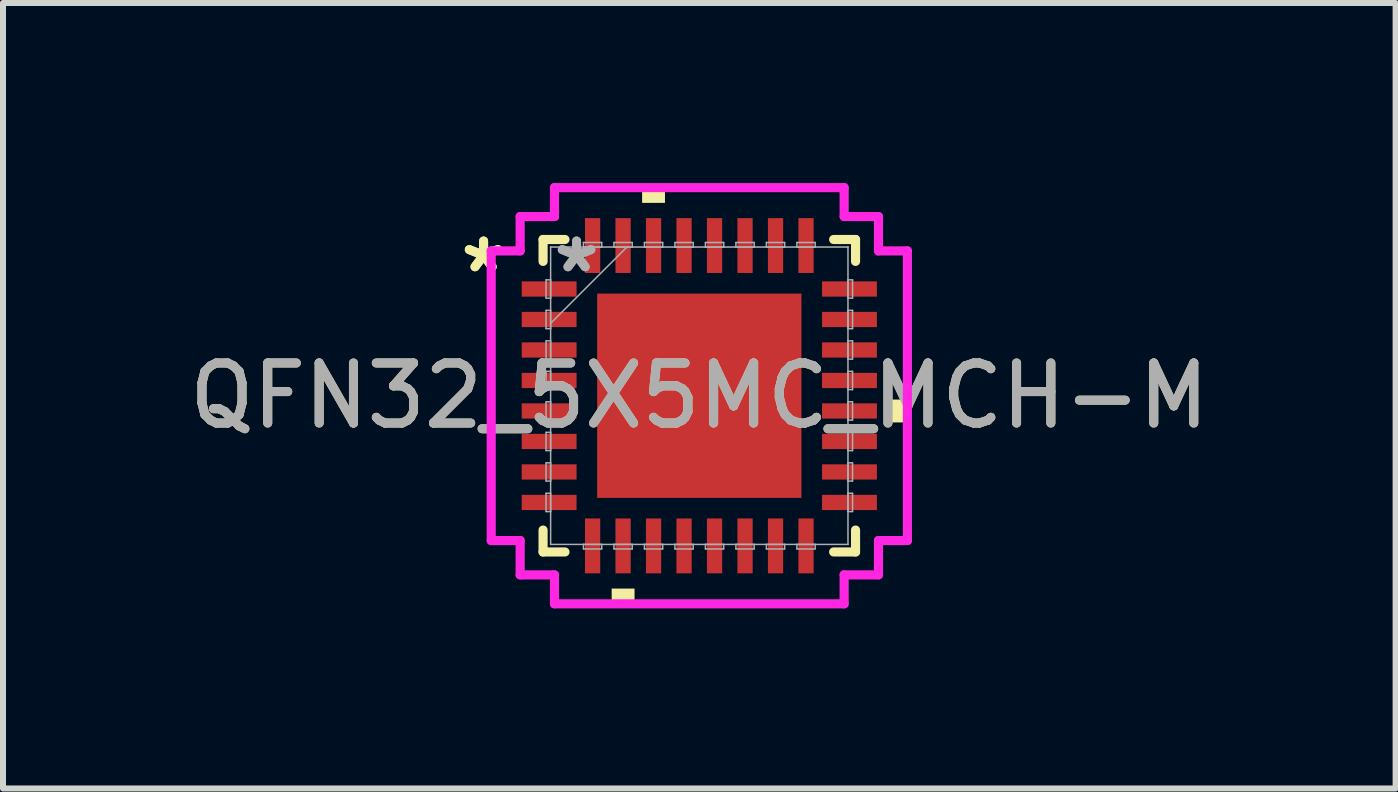
<source format=kicad_pcb>
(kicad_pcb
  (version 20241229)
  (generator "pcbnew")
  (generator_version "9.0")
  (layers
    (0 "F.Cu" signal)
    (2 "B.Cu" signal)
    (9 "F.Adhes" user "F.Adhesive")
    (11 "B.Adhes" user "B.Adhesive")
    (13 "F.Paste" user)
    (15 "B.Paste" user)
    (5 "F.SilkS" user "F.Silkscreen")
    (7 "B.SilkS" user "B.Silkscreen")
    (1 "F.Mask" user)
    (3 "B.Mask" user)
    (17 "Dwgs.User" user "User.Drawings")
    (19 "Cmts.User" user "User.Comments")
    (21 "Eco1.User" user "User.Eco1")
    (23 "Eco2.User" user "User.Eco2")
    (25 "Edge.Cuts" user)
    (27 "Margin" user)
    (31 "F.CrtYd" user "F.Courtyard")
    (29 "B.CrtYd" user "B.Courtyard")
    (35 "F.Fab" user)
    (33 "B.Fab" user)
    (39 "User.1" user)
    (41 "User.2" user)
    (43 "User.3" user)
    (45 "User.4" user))
  (footprint "QFN32_5X5MC_MCH-M"
    (layer "F.Cu")
    (at 8.601 3.543)
    (property "Reference" "QFN32_5X5MC_MCH-M" (at 0 0 0) (unlocked yes) (layer "F.SilkS") (effects (font (size 1 1) (thickness 0.15))))
    (attr smd)
    (fp_line (start -2.603 -2.603) (end -2.603 -2.238) (stroke (width 0.152) (type solid)) (layer "F.SilkS"))
    (fp_line (start -2.603 2.238) (end -2.603 2.603) (stroke (width 0.152) (type solid)) (layer "F.SilkS"))
    (fp_line (start -2.603 2.603) (end -2.238 2.603) (stroke (width 0.152) (type solid)) (layer "F.SilkS"))
    (fp_line (start -2.238 -2.603) (end -2.603 -2.603) (stroke (width 0.152) (type solid)) (layer "F.SilkS"))
    (fp_line (start 2.238 2.603) (end 2.603 2.603) (stroke (width 0.152) (type solid)) (layer "F.SilkS"))
    (fp_line (start 2.603 -2.603) (end 2.238 -2.603) (stroke (width 0.152) (type solid)) (layer "F.SilkS"))
    (fp_line (start 2.603 -2.238) (end 2.603 -2.603) (stroke (width 0.152) (type solid)) (layer "F.SilkS"))
    (fp_line (start 2.603 2.603) (end 2.603 2.238) (stroke (width 0.152) (type solid)) (layer "F.SilkS"))
    (fp_poly (pts (xy -1.46 3.213) (xy -1.46 3.467) (xy -1.079 3.467) (xy -1.079 3.213)) (stroke (width 0) (type solid)) (fill yes) (layer "F.SilkS"))
    (fp_poly (pts (xy -0.953 -3.213) (xy -0.953 -3.467) (xy -0.572 -3.467) (xy -0.572 -3.213)) (stroke (width 0) (type solid)) (fill yes) (layer "F.SilkS"))
    (fp_poly (pts (xy 3.467 0.064) (xy 3.467 0.445) (xy 3.213 0.445) (xy 3.213 0.064)) (stroke (width 0) (type solid)) (fill yes) (layer "F.SilkS"))
    (fp_poly (pts (xy -1.602 -1.602) (xy -1.602 -0.1) (xy -0.1 -0.1) (xy -0.1 -1.602)) (stroke (width 0) (type solid)) (fill yes) (layer "F.Paste"))
    (fp_poly (pts (xy -1.602 0.1) (xy -1.602 1.602) (xy -0.1 1.602) (xy -0.1 0.1)) (stroke (width 0) (type solid)) (fill yes) (layer "F.Paste"))
    (fp_poly (pts (xy 0.1 -1.602) (xy 0.1 -0.1) (xy 1.602 -0.1) (xy 1.602 -1.602)) (stroke (width 0) (type solid)) (fill yes) (layer "F.Paste"))
    (fp_poly (pts (xy 0.1 0.1) (xy 0.1 1.602) (xy 1.602 1.602) (xy 1.602 0.1)) (stroke (width 0) (type solid)) (fill yes) (layer "F.Paste"))
    (fp_line (start -3.467 -2.413) (end -2.985 -2.413) (stroke (width 0.152) (type solid)) (layer "F.CrtYd"))
    (fp_line (start -3.467 2.413) (end -3.467 -2.413) (stroke (width 0.152) (type solid)) (layer "F.CrtYd"))
    (fp_line (start -2.985 -2.985) (end -2.413 -2.985) (stroke (width 0.152) (type solid)) (layer "F.CrtYd"))
    (fp_line (start -2.985 -2.413) (end -2.985 -2.985) (stroke (width 0.152) (type solid)) (layer "F.CrtYd"))
    (fp_line (start -2.985 2.413) (end -3.467 2.413) (stroke (width 0.152) (type solid)) (layer "F.CrtYd"))
    (fp_line (start -2.985 2.985) (end -2.985 2.413) (stroke (width 0.152) (type solid)) (layer "F.CrtYd"))
    (fp_line (start -2.413 -3.467) (end 2.413 -3.467) (stroke (width 0.152) (type solid)) (layer "F.CrtYd"))
    (fp_line (start -2.413 -2.985) (end -2.413 -3.467) (stroke (width 0.152) (type solid)) (layer "F.CrtYd"))
    (fp_line (start -2.413 2.985) (end -2.985 2.985) (stroke (width 0.152) (type solid)) (layer "F.CrtYd"))
    (fp_line (start -2.413 3.467) (end -2.413 2.985) (stroke (width 0.152) (type solid)) (layer "F.CrtYd"))
    (fp_line (start 2.413 -3.467) (end 2.413 -2.985) (stroke (width 0.152) (type solid)) (layer "F.CrtYd"))
    (fp_line (start 2.413 -2.985) (end 2.985 -2.985) (stroke (width 0.152) (type solid)) (layer "F.CrtYd"))
    (fp_line (start 2.413 2.985) (end 2.413 3.467) (stroke (width 0.152) (type solid)) (layer "F.CrtYd"))
    (fp_line (start 2.413 3.467) (end -2.413 3.467) (stroke (width 0.152) (type solid)) (layer "F.CrtYd"))
    (fp_line (start 2.985 -2.985) (end 2.985 -2.413) (stroke (width 0.152) (type solid)) (layer "F.CrtYd"))
    (fp_line (start 2.985 -2.413) (end 3.467 -2.413) (stroke (width 0.152) (type solid)) (layer "F.CrtYd"))
    (fp_line (start 2.985 2.413) (end 2.985 2.985) (stroke (width 0.152) (type solid)) (layer "F.CrtYd"))
    (fp_line (start 2.985 2.985) (end 2.413 2.985) (stroke (width 0.152) (type solid)) (layer "F.CrtYd"))
    (fp_line (start 3.467 -2.413) (end 3.467 2.413) (stroke (width 0.152) (type solid)) (layer "F.CrtYd"))
    (fp_line (start 3.467 2.413) (end 2.985 2.413) (stroke (width 0.152) (type solid)) (layer "F.CrtYd"))
    (fp_line (start -2.553 -1.93) (end -2.553 -1.626) (stroke (width 0.025) (type solid)) (layer "F.Fab"))
    (fp_line (start -2.553 -1.626) (end -2.477 -1.626) (stroke (width 0.025) (type solid)) (layer "F.Fab"))
    (fp_line (start -2.553 -1.422) (end -2.553 -1.118) (stroke (width 0.025) (type solid)) (layer "F.Fab"))
    (fp_line (start -2.553 -1.118) (end -2.477 -1.118) (stroke (width 0.025) (type solid)) (layer "F.Fab"))
    (fp_line (start -2.553 -0.914) (end -2.553 -0.61) (stroke (width 0.025) (type solid)) (layer "F.Fab"))
    (fp_line (start -2.553 -0.61) (end -2.477 -0.61) (stroke (width 0.025) (type solid)) (layer "F.Fab"))
    (fp_line (start -2.553 -0.406) (end -2.553 -0.102) (stroke (width 0.025) (type solid)) (layer "F.Fab"))
    (fp_line (start -2.553 -0.102) (end -2.477 -0.102) (stroke (width 0.025) (type solid)) (layer "F.Fab"))
    (fp_line (start -2.553 0.102) (end -2.553 0.406) (stroke (width 0.025) (type solid)) (layer "F.Fab"))
    (fp_line (start -2.553 0.406) (end -2.477 0.406) (stroke (width 0.025) (type solid)) (layer "F.Fab"))
    (fp_line (start -2.553 0.61) (end -2.553 0.914) (stroke (width 0.025) (type solid)) (layer "F.Fab"))
    (fp_line (start -2.553 0.914) (end -2.477 0.914) (stroke (width 0.025) (type solid)) (layer "F.Fab"))
    (fp_line (start -2.553 1.118) (end -2.553 1.422) (stroke (width 0.025) (type solid)) (layer "F.Fab"))
    (fp_line (start -2.553 1.422) (end -2.477 1.422) (stroke (width 0.025) (type solid)) (layer "F.Fab"))
    (fp_line (start -2.553 1.626) (end -2.553 1.93) (stroke (width 0.025) (type solid)) (layer "F.Fab"))
    (fp_line (start -2.553 1.93) (end -2.477 1.93) (stroke (width 0.025) (type solid)) (layer "F.Fab"))
    (fp_line (start -2.477 -2.477) (end -2.477 -2.477) (stroke (width 0.025) (type solid)) (layer "F.Fab"))
    (fp_line (start -2.477 -2.477) (end -2.477 2.477) (stroke (width 0.025) (type solid)) (layer "F.Fab"))
    (fp_line (start -2.477 -1.93) (end -2.553 -1.93) (stroke (width 0.025) (type solid)) (layer "F.Fab"))
    (fp_line (start -2.477 -1.626) (end -2.477 -1.93) (stroke (width 0.025) (type solid)) (layer "F.Fab"))
    (fp_line (start -2.477 -1.422) (end -2.553 -1.422) (stroke (width 0.025) (type solid)) (layer "F.Fab"))
    (fp_line (start -2.477 -1.206) (end -1.206 -2.477) (stroke (width 0.025) (type solid)) (layer "F.Fab"))
    (fp_line (start -2.477 -1.118) (end -2.477 -1.422) (stroke (width 0.025) (type solid)) (layer "F.Fab"))
    (fp_line (start -2.477 -0.914) (end -2.553 -0.914) (stroke (width 0.025) (type solid)) (layer "F.Fab"))
    (fp_line (start -2.477 -0.61) (end -2.477 -0.914) (stroke (width 0.025) (type solid)) (layer "F.Fab"))
    (fp_line (start -2.477 -0.406) (end -2.553 -0.406) (stroke (width 0.025) (type solid)) (layer "F.Fab"))
    (fp_line (start -2.477 -0.102) (end -2.477 -0.406) (stroke (width 0.025) (type solid)) (layer "F.Fab"))
    (fp_line (start -2.477 0.102) (end -2.553 0.102) (stroke (width 0.025) (type solid)) (layer "F.Fab"))
    (fp_line (start -2.477 0.406) (end -2.477 0.102) (stroke (width 0.025) (type solid)) (layer "F.Fab"))
    (fp_line (start -2.477 0.61) (end -2.553 0.61) (stroke (width 0.025) (type solid)) (layer "F.Fab"))
    (fp_line (start -2.477 0.914) (end -2.477 0.61) (stroke (width 0.025) (type solid)) (layer "F.Fab"))
    (fp_line (start -2.477 1.118) (end -2.553 1.118) (stroke (width 0.025) (type solid)) (layer "F.Fab"))
    (fp_line (start -2.477 1.422) (end -2.477 1.118) (stroke (width 0.025) (type solid)) (layer "F.Fab"))
    (fp_line (start -2.477 1.626) (end -2.553 1.626) (stroke (width 0.025) (type solid)) (layer "F.Fab"))
    (fp_line (start -2.477 1.93) (end -2.477 1.626) (stroke (width 0.025) (type solid)) (layer "F.Fab"))
    (fp_line (start -2.477 2.477) (end -2.477 2.477) (stroke (width 0.025) (type solid)) (layer "F.Fab"))
    (fp_line (start -2.477 2.477) (end 2.477 2.477) (stroke (width 0.025) (type solid)) (layer "F.Fab"))
    (fp_line (start -1.93 -2.553) (end -1.93 -2.477) (stroke (width 0.025) (type solid)) (layer "F.Fab"))
    (fp_line (start -1.93 -2.477) (end -1.626 -2.477) (stroke (width 0.025) (type solid)) (layer "F.Fab"))
    (fp_line (start -1.93 2.477) (end -1.93 2.553) (stroke (width 0.025) (type solid)) (layer "F.Fab"))
    (fp_line (start -1.93 2.553) (end -1.626 2.553) (stroke (width 0.025) (type solid)) (layer "F.Fab"))
    (fp_line (start -1.626 -2.553) (end -1.93 -2.553) (stroke (width 0.025) (type solid)) (layer "F.Fab"))
    (fp_line (start -1.626 -2.477) (end -1.626 -2.553) (stroke (width 0.025) (type solid)) (layer "F.Fab"))
    (fp_line (start -1.626 2.477) (end -1.93 2.477) (stroke (width 0.025) (type solid)) (layer "F.Fab"))
    (fp_line (start -1.626 2.553) (end -1.626 2.477) (stroke (width 0.025) (type solid)) (layer "F.Fab"))
    (fp_line (start -1.422 -2.553) (end -1.422 -2.477) (stroke (width 0.025) (type solid)) (layer "F.Fab"))
    (fp_line (start -1.422 -2.477) (end -1.118 -2.477) (stroke (width 0.025) (type solid)) (layer "F.Fab"))
    (fp_line (start -1.422 2.477) (end -1.422 2.553) (stroke (width 0.025) (type solid)) (layer "F.Fab"))
    (fp_line (start -1.422 2.553) (end -1.118 2.553) (stroke (width 0.025) (type solid)) (layer "F.Fab"))
    (fp_line (start -1.118 -2.553) (end -1.422 -2.553) (stroke (width 0.025) (type solid)) (layer "F.Fab"))
    (fp_line (start -1.118 -2.477) (end -1.118 -2.553) (stroke (width 0.025) (type solid)) (layer "F.Fab"))
    (fp_line (start -1.118 2.477) (end -1.422 2.477) (stroke (width 0.025) (type solid)) (layer "F.Fab"))
    (fp_line (start -1.118 2.553) (end -1.118 2.477) (stroke (width 0.025) (type solid)) (layer "F.Fab"))
    (fp_line (start -0.914 -2.553) (end -0.914 -2.477) (stroke (width 0.025) (type solid)) (layer "F.Fab"))
    (fp_line (start -0.914 -2.477) (end -0.61 -2.477) (stroke (width 0.025) (type solid)) (layer "F.Fab"))
    (fp_line (start -0.914 2.477) (end -0.914 2.553) (stroke (width 0.025) (type solid)) (layer "F.Fab"))
    (fp_line (start -0.914 2.553) (end -0.61 2.553) (stroke (width 0.025) (type solid)) (layer "F.Fab"))
    (fp_line (start -0.61 -2.553) (end -0.914 -2.553) (stroke (width 0.025) (type solid)) (layer "F.Fab"))
    (fp_line (start -0.61 -2.477) (end -0.61 -2.553) (stroke (width 0.025) (type solid)) (layer "F.Fab"))
    (fp_line (start -0.61 2.477) (end -0.914 2.477) (stroke (width 0.025) (type solid)) (layer "F.Fab"))
    (fp_line (start -0.61 2.553) (end -0.61 2.477) (stroke (width 0.025) (type solid)) (layer "F.Fab"))
    (fp_line (start -0.406 -2.553) (end -0.406 -2.477) (stroke (width 0.025) (type solid)) (layer "F.Fab"))
    (fp_line (start -0.406 -2.477) (end -0.102 -2.477) (stroke (width 0.025) (type solid)) (layer "F.Fab"))
    (fp_line (start -0.406 2.477) (end -0.406 2.553) (stroke (width 0.025) (type solid)) (layer "F.Fab"))
    (fp_line (start -0.406 2.553) (end -0.102 2.553) (stroke (width 0.025) (type solid)) (layer "F.Fab"))
    (fp_line (start -0.102 -2.553) (end -0.406 -2.553) (stroke (width 0.025) (type solid)) (layer "F.Fab"))
    (fp_line (start -0.102 -2.477) (end -0.102 -2.553) (stroke (width 0.025) (type solid)) (layer "F.Fab"))
    (fp_line (start -0.102 2.477) (end -0.406 2.477) (stroke (width 0.025) (type solid)) (layer "F.Fab"))
    (fp_line (start -0.102 2.553) (end -0.102 2.477) (stroke (width 0.025) (type solid)) (layer "F.Fab"))
    (fp_line (start 0.102 -2.553) (end 0.102 -2.477) (stroke (width 0.025) (type solid)) (layer "F.Fab"))
    (fp_line (start 0.102 -2.477) (end 0.406 -2.477) (stroke (width 0.025) (type solid)) (layer "F.Fab"))
    (fp_line (start 0.102 2.477) (end 0.102 2.553) (stroke (width 0.025) (type solid)) (layer "F.Fab"))
    (fp_line (start 0.102 2.553) (end 0.406 2.553) (stroke (width 0.025) (type solid)) (layer "F.Fab"))
    (fp_line (start 0.406 -2.553) (end 0.102 -2.553) (stroke (width 0.025) (type solid)) (layer "F.Fab"))
    (fp_line (start 0.406 -2.477) (end 0.406 -2.553) (stroke (width 0.025) (type solid)) (layer "F.Fab"))
    (fp_line (start 0.406 2.477) (end 0.102 2.477) (stroke (width 0.025) (type solid)) (layer "F.Fab"))
    (fp_line (start 0.406 2.553) (end 0.406 2.477) (stroke (width 0.025) (type solid)) (layer "F.Fab"))
    (fp_line (start 0.61 -2.553) (end 0.61 -2.477) (stroke (width 0.025) (type solid)) (layer "F.Fab"))
    (fp_line (start 0.61 -2.477) (end 0.914 -2.477) (stroke (width 0.025) (type solid)) (layer "F.Fab"))
    (fp_line (start 0.61 2.477) (end 0.61 2.553) (stroke (width 0.025) (type solid)) (layer "F.Fab"))
    (fp_line (start 0.61 2.553) (end 0.914 2.553) (stroke (width 0.025) (type solid)) (layer "F.Fab"))
    (fp_line (start 0.914 -2.553) (end 0.61 -2.553) (stroke (width 0.025) (type solid)) (layer "F.Fab"))
    (fp_line (start 0.914 -2.477) (end 0.914 -2.553) (stroke (width 0.025) (type solid)) (layer "F.Fab"))
    (fp_line (start 0.914 2.477) (end 0.61 2.477) (stroke (width 0.025) (type solid)) (layer "F.Fab"))
    (fp_line (start 0.914 2.553) (end 0.914 2.477) (stroke (width 0.025) (type solid)) (layer "F.Fab"))
    (fp_line (start 1.118 -2.553) (end 1.118 -2.477) (stroke (width 0.025) (type solid)) (layer "F.Fab"))
    (fp_line (start 1.118 -2.477) (end 1.422 -2.477) (stroke (width 0.025) (type solid)) (layer "F.Fab"))
    (fp_line (start 1.118 2.477) (end 1.118 2.553) (stroke (width 0.025) (type solid)) (layer "F.Fab"))
    (fp_line (start 1.118 2.553) (end 1.422 2.553) (stroke (width 0.025) (type solid)) (layer "F.Fab"))
    (fp_line (start 1.422 -2.553) (end 1.118 -2.553) (stroke (width 0.025) (type solid)) (layer "F.Fab"))
    (fp_line (start 1.422 -2.477) (end 1.422 -2.553) (stroke (width 0.025) (type solid)) (layer "F.Fab"))
    (fp_line (start 1.422 2.477) (end 1.118 2.477) (stroke (width 0.025) (type solid)) (layer "F.Fab"))
    (fp_line (start 1.422 2.553) (end 1.422 2.477) (stroke (width 0.025) (type solid)) (layer "F.Fab"))
    (fp_line (start 1.626 -2.553) (end 1.626 -2.477) (stroke (width 0.025) (type solid)) (layer "F.Fab"))
    (fp_line (start 1.626 -2.477) (end 1.93 -2.477) (stroke (width 0.025) (type solid)) (layer "F.Fab"))
    (fp_line (start 1.626 2.477) (end 1.626 2.553) (stroke (width 0.025) (type solid)) (layer "F.Fab"))
    (fp_line (start 1.626 2.553) (end 1.93 2.553) (stroke (width 0.025) (type solid)) (layer "F.Fab"))
    (fp_line (start 1.93 -2.553) (end 1.626 -2.553) (stroke (width 0.025) (type solid)) (layer "F.Fab"))
    (fp_line (start 1.93 -2.477) (end 1.93 -2.553) (stroke (width 0.025) (type solid)) (layer "F.Fab"))
    (fp_line (start 1.93 2.477) (end 1.626 2.477) (stroke (width 0.025) (type solid)) (layer "F.Fab"))
    (fp_line (start 1.93 2.553) (end 1.93 2.477) (stroke (width 0.025) (type solid)) (layer "F.Fab"))
    (fp_line (start 2.477 -2.477) (end -2.477 -2.477) (stroke (width 0.025) (type solid)) (layer "F.Fab"))
    (fp_line (start 2.477 -2.477) (end 2.477 -2.477) (stroke (width 0.025) (type solid)) (layer "F.Fab"))
    (fp_line (start 2.477 -1.93) (end 2.477 -1.626) (stroke (width 0.025) (type solid)) (layer "F.Fab"))
    (fp_line (start 2.477 -1.626) (end 2.553 -1.626) (stroke (width 0.025) (type solid)) (layer "F.Fab"))
    (fp_line (start 2.477 -1.422) (end 2.477 -1.118) (stroke (width 0.025) (type solid)) (layer "F.Fab"))
    (fp_line (start 2.477 -1.118) (end 2.553 -1.118) (stroke (width 0.025) (type solid)) (layer "F.Fab"))
    (fp_line (start 2.477 -0.914) (end 2.477 -0.61) (stroke (width 0.025) (type solid)) (layer "F.Fab"))
    (fp_line (start 2.477 -0.61) (end 2.553 -0.61) (stroke (width 0.025) (type solid)) (layer "F.Fab"))
    (fp_line (start 2.477 -0.406) (end 2.477 -0.102) (stroke (width 0.025) (type solid)) (layer "F.Fab"))
    (fp_line (start 2.477 -0.102) (end 2.553 -0.102) (stroke (width 0.025) (type solid)) (layer "F.Fab"))
    (fp_line (start 2.477 0.102) (end 2.477 0.406) (stroke (width 0.025) (type solid)) (layer "F.Fab"))
    (fp_line (start 2.477 0.406) (end 2.553 0.406) (stroke (width 0.025) (type solid)) (layer "F.Fab"))
    (fp_line (start 2.477 0.61) (end 2.477 0.914) (stroke (width 0.025) (type solid)) (layer "F.Fab"))
    (fp_line (start 2.477 0.914) (end 2.553 0.914) (stroke (width 0.025) (type solid)) (layer "F.Fab"))
    (fp_line (start 2.477 1.118) (end 2.477 1.422) (stroke (width 0.025) (type solid)) (layer "F.Fab"))
    (fp_line (start 2.477 1.422) (end 2.553 1.422) (stroke (width 0.025) (type solid)) (layer "F.Fab"))
    (fp_line (start 2.477 1.626) (end 2.477 1.93) (stroke (width 0.025) (type solid)) (layer "F.Fab"))
    (fp_line (start 2.477 1.93) (end 2.553 1.93) (stroke (width 0.025) (type solid)) (layer "F.Fab"))
    (fp_line (start 2.477 2.477) (end 2.477 -2.477) (stroke (width 0.025) (type solid)) (layer "F.Fab"))
    (fp_line (start 2.477 2.477) (end 2.477 2.477) (stroke (width 0.025) (type solid)) (layer "F.Fab"))
    (fp_line (start 2.553 -1.93) (end 2.477 -1.93) (stroke (width 0.025) (type solid)) (layer "F.Fab"))
    (fp_line (start 2.553 -1.626) (end 2.553 -1.93) (stroke (width 0.025) (type solid)) (layer "F.Fab"))
    (fp_line (start 2.553 -1.422) (end 2.477 -1.422) (stroke (width 0.025) (type solid)) (layer "F.Fab"))
    (fp_line (start 2.553 -1.118) (end 2.553 -1.422) (stroke (width 0.025) (type solid)) (layer "F.Fab"))
    (fp_line (start 2.553 -0.914) (end 2.477 -0.914) (stroke (width 0.025) (type solid)) (layer "F.Fab"))
    (fp_line (start 2.553 -0.61) (end 2.553 -0.914) (stroke (width 0.025) (type solid)) (layer "F.Fab"))
    (fp_line (start 2.553 -0.406) (end 2.477 -0.406) (stroke (width 0.025) (type solid)) (layer "F.Fab"))
    (fp_line (start 2.553 -0.102) (end 2.553 -0.406) (stroke (width 0.025) (type solid)) (layer "F.Fab"))
    (fp_line (start 2.553 0.102) (end 2.477 0.102) (stroke (width 0.025) (type solid)) (layer "F.Fab"))
    (fp_line (start 2.553 0.406) (end 2.553 0.102) (stroke (width 0.025) (type solid)) (layer "F.Fab"))
    (fp_line (start 2.553 0.61) (end 2.477 0.61) (stroke (width 0.025) (type solid)) (layer "F.Fab"))
    (fp_line (start 2.553 0.914) (end 2.553 0.61) (stroke (width 0.025) (type solid)) (layer "F.Fab"))
    (fp_line (start 2.553 1.118) (end 2.477 1.118) (stroke (width 0.025) (type solid)) (layer "F.Fab"))
    (fp_line (start 2.553 1.422) (end 2.553 1.118) (stroke (width 0.025) (type solid)) (layer "F.Fab"))
    (fp_line (start 2.553 1.626) (end 2.477 1.626) (stroke (width 0.025) (type solid)) (layer "F.Fab"))
    (fp_line (start 2.553 1.93) (end 2.553 1.626) (stroke (width 0.025) (type solid)) (layer "F.Fab"))
    (fp_text user "*" (at -3.594 -2.032 0) (unlocked yes) (layer "F.SilkS") (effects (font (size 1 1) (thickness 0.15))))
    (fp_text user "*" (at -3.594 -2.032 0) (layer "F.SilkS") (effects (font (size 1 1) (thickness 0.15))))
    (fp_text user "${REFERENCE}" (at 0 0 0) (unlocked yes) (layer "F.Fab") (effects (font (size 1 1) (thickness 0.15))))
    (fp_text user "*" (at -2.045 -2.032 0) (layer "F.Fab") (effects (font (size 1 1) (thickness 0.15))))
    (fp_text user "*" (at -2.045 -2.032 0) (unlocked yes) (layer "F.Fab") (effects (font (size 1 1) (thickness 0.15))))
    (pad "1" smd rect (at -2.502 -1.778 90) (size 0.254 0.914) (layers "F.Cu" "F.Mask" "F.Paste"))
    (pad "2" smd rect (at -2.502 -1.27 90) (size 0.254 0.914) (layers "F.Cu" "F.Mask" "F.Paste"))
    (pad "3" smd rect (at -2.502 -0.762 90) (size 0.254 0.914) (layers "F.Cu" "F.Mask" "F.Paste"))
    (pad "4" smd rect (at -2.502 -0.254 90) (size 0.254 0.914) (layers "F.Cu" "F.Mask" "F.Paste"))
    (pad "5" smd rect (at -2.502 0.254 90) (size 0.254 0.914) (layers "F.Cu" "F.Mask" "F.Paste"))
    (pad "6" smd rect (at -2.502 0.762 90) (size 0.254 0.914) (layers "F.Cu" "F.Mask" "F.Paste"))
    (pad "7" smd rect (at -2.502 1.27 90) (size 0.254 0.914) (layers "F.Cu" "F.Mask" "F.Paste"))
    (pad "8" smd rect (at -2.502 1.778 90) (size 0.254 0.914) (layers "F.Cu" "F.Mask" "F.Paste"))
    (pad "9" smd rect (at -1.778 2.502) (size 0.254 0.914) (layers "F.Cu" "F.Mask" "F.Paste"))
    (pad "10" smd rect (at -1.27 2.502) (size 0.254 0.914) (layers "F.Cu" "F.Mask" "F.Paste"))
    (pad "11" smd rect (at -0.762 2.502) (size 0.254 0.914) (layers "F.Cu" "F.Mask" "F.Paste"))
    (pad "12" smd rect (at -0.254 2.502) (size 0.254 0.914) (layers "F.Cu" "F.Mask" "F.Paste"))
    (pad "13" smd rect (at 0.254 2.502) (size 0.254 0.914) (layers "F.Cu" "F.Mask" "F.Paste"))
    (pad "14" smd rect (at 0.762 2.502) (size 0.254 0.914) (layers "F.Cu" "F.Mask" "F.Paste"))
    (pad "15" smd rect (at 1.27 2.502) (size 0.254 0.914) (layers "F.Cu" "F.Mask" "F.Paste"))
    (pad "16" smd rect (at 1.778 2.502) (size 0.254 0.914) (layers "F.Cu" "F.Mask" "F.Paste"))
    (pad "17" smd rect (at 2.502 1.778 90) (size 0.254 0.914) (layers "F.Cu" "F.Mask" "F.Paste"))
    (pad "18" smd rect (at 2.502 1.27 90) (size 0.254 0.914) (layers "F.Cu" "F.Mask" "F.Paste"))
    (pad "19" smd rect (at 2.502 0.762 90) (size 0.254 0.914) (layers "F.Cu" "F.Mask" "F.Paste"))
    (pad "20" smd rect (at 2.502 0.254 90) (size 0.254 0.914) (layers "F.Cu" "F.Mask" "F.Paste"))
    (pad "21" smd rect (at 2.502 -0.254 90) (size 0.254 0.914) (layers "F.Cu" "F.Mask" "F.Paste"))
    (pad "22" smd rect (at 2.502 -0.762 90) (size 0.254 0.914) (layers "F.Cu" "F.Mask" "F.Paste"))
    (pad "23" smd rect (at 2.502 -1.27 90) (size 0.254 0.914) (layers "F.Cu" "F.Mask" "F.Paste"))
    (pad "24" smd rect (at 2.502 -1.778 90) (size 0.254 0.914) (layers "F.Cu" "F.Mask" "F.Paste"))
    (pad "25" smd rect (at 1.778 -2.502) (size 0.254 0.914) (layers "F.Cu" "F.Mask" "F.Paste"))
    (pad "26" smd rect (at 1.27 -2.502) (size 0.254 0.914) (layers "F.Cu" "F.Mask" "F.Paste"))
    (pad "27" smd rect (at 0.762 -2.502) (size 0.254 0.914) (layers "F.Cu" "F.Mask" "F.Paste"))
    (pad "28" smd rect (at 0.254 -2.502) (size 0.254 0.914) (layers "F.Cu" "F.Mask" "F.Paste"))
    (pad "29" smd rect (at -0.254 -2.502) (size 0.254 0.914) (layers "F.Cu" "F.Mask" "F.Paste"))
    (pad "30" smd rect (at -0.762 -2.502) (size 0.254 0.914) (layers "F.Cu" "F.Mask" "F.Paste"))
    (pad "31" smd rect (at -1.27 -2.502) (size 0.254 0.914) (layers "F.Cu" "F.Mask" "F.Paste"))
    (pad "32" smd rect (at -1.778 -2.502) (size 0.254 0.914) (layers "F.Cu" "F.Mask" "F.Paste"))
    (pad "33" smd rect (at 0 0) (size 3.404 3.404) (layers "F.Cu" "F.Mask" "F.Paste")))
  (gr_rect
    (start -3 -3)
    (end 20.202 10.087)
    (stroke (width 0.1) (type default))
    (fill no)
    (layer "Edge.Cuts")))
</source>
